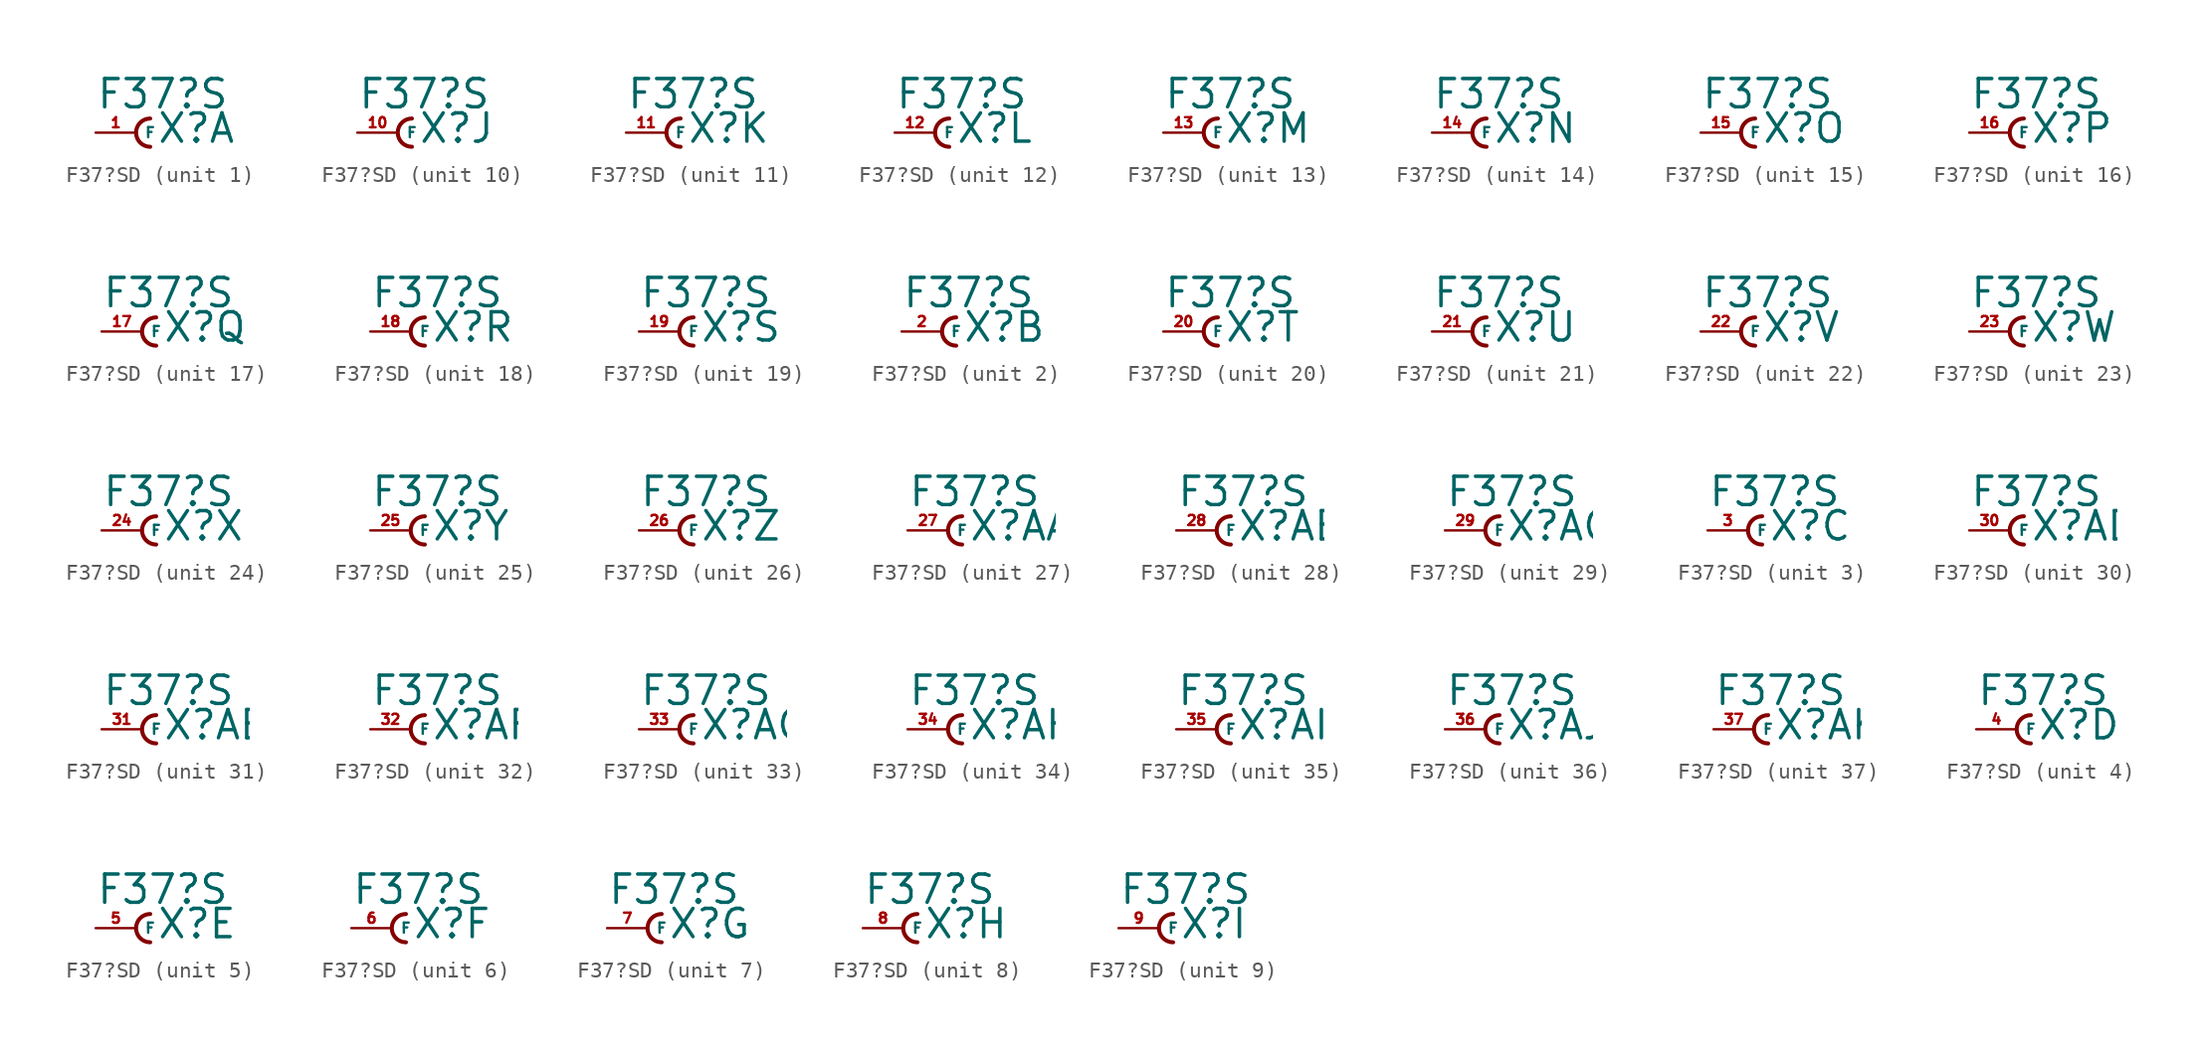
<source format=kicad_sym>
(kicad_symbol_lib
  (version 20220914)
  (generator Eagle2Kicad)
  (symbol "F37?SD"
    (property "Reference" "X"
      (at 1.27 -0.762 0)
      (effects (font (size 1.778 1.778) (thickness 0.22)) (justify left bottom)))
    (property "Value" "F37?S"
      (at -2.54 1.397 0)
      (effects (font (size 1.778 1.778) (thickness 0.22)) (justify left bottom)))
    (symbol "F37?SD_1_0"
      (arc (start 0.889 0.889) (mid 0.000 0.000) (end 0.889 -0.889) (stroke (width 0.254) (type default)) (fill (type none)))
      (pin passive line (at -2.54 0 0) (length 2.54) (name "F" (effects (font (size 0.635 0.635) (thickness 0.08)) (justify left bottom))) (number "1" (effects (font (size 0.635 0.635) (thickness 0.08)) (justify left bottom)))))
    (symbol "F37?SD_2_0"
      (arc (start 0.889 0.889) (mid 0.000 0.000) (end 0.889 -0.889) (stroke (width 0.254) (type default)) (fill (type none)))
      (pin passive line (at -2.54 0 0) (length 2.54) (name "F" (effects (font (size 0.635 0.635) (thickness 0.08)) (justify left bottom))) (number "2" (effects (font (size 0.635 0.635) (thickness 0.08)) (justify left bottom)))))
    (symbol "F37?SD_3_0"
      (arc (start 0.889 0.889) (mid 0.000 0.000) (end 0.889 -0.889) (stroke (width 0.254) (type default)) (fill (type none)))
      (pin passive line (at -2.54 0 0) (length 2.54) (name "F" (effects (font (size 0.635 0.635) (thickness 0.08)) (justify left bottom))) (number "3" (effects (font (size 0.635 0.635) (thickness 0.08)) (justify left bottom)))))
    (symbol "F37?SD_4_0"
      (arc (start 0.889 0.889) (mid 0.000 0.000) (end 0.889 -0.889) (stroke (width 0.254) (type default)) (fill (type none)))
      (pin passive line (at -2.54 0 0) (length 2.54) (name "F" (effects (font (size 0.635 0.635) (thickness 0.08)) (justify left bottom))) (number "4" (effects (font (size 0.635 0.635) (thickness 0.08)) (justify left bottom)))))
    (symbol "F37?SD_5_0"
      (arc (start 0.889 0.889) (mid 0.000 0.000) (end 0.889 -0.889) (stroke (width 0.254) (type default)) (fill (type none)))
      (pin passive line (at -2.54 0 0) (length 2.54) (name "F" (effects (font (size 0.635 0.635) (thickness 0.08)) (justify left bottom))) (number "5" (effects (font (size 0.635 0.635) (thickness 0.08)) (justify left bottom)))))
    (symbol "F37?SD_6_0"
      (arc (start 0.889 0.889) (mid 0.000 0.000) (end 0.889 -0.889) (stroke (width 0.254) (type default)) (fill (type none)))
      (pin passive line (at -2.54 0 0) (length 2.54) (name "F" (effects (font (size 0.635 0.635) (thickness 0.08)) (justify left bottom))) (number "6" (effects (font (size 0.635 0.635) (thickness 0.08)) (justify left bottom)))))
    (symbol "F37?SD_7_0"
      (arc (start 0.889 0.889) (mid 0.000 0.000) (end 0.889 -0.889) (stroke (width 0.254) (type default)) (fill (type none)))
      (pin passive line (at -2.54 0 0) (length 2.54) (name "F" (effects (font (size 0.635 0.635) (thickness 0.08)) (justify left bottom))) (number "7" (effects (font (size 0.635 0.635) (thickness 0.08)) (justify left bottom)))))
    (symbol "F37?SD_8_0"
      (arc (start 0.889 0.889) (mid 0.000 0.000) (end 0.889 -0.889) (stroke (width 0.254) (type default)) (fill (type none)))
      (pin passive line (at -2.54 0 0) (length 2.54) (name "F" (effects (font (size 0.635 0.635) (thickness 0.08)) (justify left bottom))) (number "8" (effects (font (size 0.635 0.635) (thickness 0.08)) (justify left bottom)))))
    (symbol "F37?SD_9_0"
      (arc (start 0.889 0.889) (mid 0.000 0.000) (end 0.889 -0.889) (stroke (width 0.254) (type default)) (fill (type none)))
      (pin passive line (at -2.54 0 0) (length 2.54) (name "F" (effects (font (size 0.635 0.635) (thickness 0.08)) (justify left bottom))) (number "9" (effects (font (size 0.635 0.635) (thickness 0.08)) (justify left bottom)))))
    (symbol "F37?SD_10_0"
      (arc (start 0.889 0.889) (mid 0.000 0.000) (end 0.889 -0.889) (stroke (width 0.254) (type default)) (fill (type none)))
      (pin passive line (at -2.54 0 0) (length 2.54) (name "F" (effects (font (size 0.635 0.635) (thickness 0.08)) (justify left bottom))) (number "10" (effects (font (size 0.635 0.635) (thickness 0.08)) (justify left bottom)))))
    (symbol "F37?SD_11_0"
      (arc (start 0.889 0.889) (mid 0.000 0.000) (end 0.889 -0.889) (stroke (width 0.254) (type default)) (fill (type none)))
      (pin passive line (at -2.54 0 0) (length 2.54) (name "F" (effects (font (size 0.635 0.635) (thickness 0.08)) (justify left bottom))) (number "11" (effects (font (size 0.635 0.635) (thickness 0.08)) (justify left bottom)))))
    (symbol "F37?SD_12_0"
      (arc (start 0.889 0.889) (mid 0.000 0.000) (end 0.889 -0.889) (stroke (width 0.254) (type default)) (fill (type none)))
      (pin passive line (at -2.54 0 0) (length 2.54) (name "F" (effects (font (size 0.635 0.635) (thickness 0.08)) (justify left bottom))) (number "12" (effects (font (size 0.635 0.635) (thickness 0.08)) (justify left bottom)))))
    (symbol "F37?SD_13_0"
      (arc (start 0.889 0.889) (mid 0.000 0.000) (end 0.889 -0.889) (stroke (width 0.254) (type default)) (fill (type none)))
      (pin passive line (at -2.54 0 0) (length 2.54) (name "F" (effects (font (size 0.635 0.635) (thickness 0.08)) (justify left bottom))) (number "13" (effects (font (size 0.635 0.635) (thickness 0.08)) (justify left bottom)))))
    (symbol "F37?SD_14_0"
      (arc (start 0.889 0.889) (mid 0.000 0.000) (end 0.889 -0.889) (stroke (width 0.254) (type default)) (fill (type none)))
      (pin passive line (at -2.54 0 0) (length 2.54) (name "F" (effects (font (size 0.635 0.635) (thickness 0.08)) (justify left bottom))) (number "14" (effects (font (size 0.635 0.635) (thickness 0.08)) (justify left bottom)))))
    (symbol "F37?SD_15_0"
      (arc (start 0.889 0.889) (mid 0.000 0.000) (end 0.889 -0.889) (stroke (width 0.254) (type default)) (fill (type none)))
      (pin passive line (at -2.54 0 0) (length 2.54) (name "F" (effects (font (size 0.635 0.635) (thickness 0.08)) (justify left bottom))) (number "15" (effects (font (size 0.635 0.635) (thickness 0.08)) (justify left bottom)))))
    (symbol "F37?SD_16_0"
      (arc (start 0.889 0.889) (mid 0.000 0.000) (end 0.889 -0.889) (stroke (width 0.254) (type default)) (fill (type none)))
      (pin passive line (at -2.54 0 0) (length 2.54) (name "F" (effects (font (size 0.635 0.635) (thickness 0.08)) (justify left bottom))) (number "16" (effects (font (size 0.635 0.635) (thickness 0.08)) (justify left bottom)))))
    (symbol "F37?SD_17_0"
      (arc (start 0.889 0.889) (mid 0.000 0.000) (end 0.889 -0.889) (stroke (width 0.254) (type default)) (fill (type none)))
      (pin passive line (at -2.54 0 0) (length 2.54) (name "F" (effects (font (size 0.635 0.635) (thickness 0.08)) (justify left bottom))) (number "17" (effects (font (size 0.635 0.635) (thickness 0.08)) (justify left bottom)))))
    (symbol "F37?SD_18_0"
      (arc (start 0.889 0.889) (mid 0.000 0.000) (end 0.889 -0.889) (stroke (width 0.254) (type default)) (fill (type none)))
      (pin passive line (at -2.54 0 0) (length 2.54) (name "F" (effects (font (size 0.635 0.635) (thickness 0.08)) (justify left bottom))) (number "18" (effects (font (size 0.635 0.635) (thickness 0.08)) (justify left bottom)))))
    (symbol "F37?SD_19_0"
      (arc (start 0.889 0.889) (mid 0.000 0.000) (end 0.889 -0.889) (stroke (width 0.254) (type default)) (fill (type none)))
      (pin passive line (at -2.54 0 0) (length 2.54) (name "F" (effects (font (size 0.635 0.635) (thickness 0.08)) (justify left bottom))) (number "19" (effects (font (size 0.635 0.635) (thickness 0.08)) (justify left bottom)))))
    (symbol "F37?SD_20_0"
      (arc (start 0.889 0.889) (mid 0.000 0.000) (end 0.889 -0.889) (stroke (width 0.254) (type default)) (fill (type none)))
      (pin passive line (at -2.54 0 0) (length 2.54) (name "F" (effects (font (size 0.635 0.635) (thickness 0.08)) (justify left bottom))) (number "20" (effects (font (size 0.635 0.635) (thickness 0.08)) (justify left bottom)))))
    (symbol "F37?SD_21_0"
      (arc (start 0.889 0.889) (mid 0.000 0.000) (end 0.889 -0.889) (stroke (width 0.254) (type default)) (fill (type none)))
      (pin passive line (at -2.54 0 0) (length 2.54) (name "F" (effects (font (size 0.635 0.635) (thickness 0.08)) (justify left bottom))) (number "21" (effects (font (size 0.635 0.635) (thickness 0.08)) (justify left bottom)))))
    (symbol "F37?SD_22_0"
      (arc (start 0.889 0.889) (mid 0.000 0.000) (end 0.889 -0.889) (stroke (width 0.254) (type default)) (fill (type none)))
      (pin passive line (at -2.54 0 0) (length 2.54) (name "F" (effects (font (size 0.635 0.635) (thickness 0.08)) (justify left bottom))) (number "22" (effects (font (size 0.635 0.635) (thickness 0.08)) (justify left bottom)))))
    (symbol "F37?SD_23_0"
      (arc (start 0.889 0.889) (mid 0.000 0.000) (end 0.889 -0.889) (stroke (width 0.254) (type default)) (fill (type none)))
      (pin passive line (at -2.54 0 0) (length 2.54) (name "F" (effects (font (size 0.635 0.635) (thickness 0.08)) (justify left bottom))) (number "23" (effects (font (size 0.635 0.635) (thickness 0.08)) (justify left bottom)))))
    (symbol "F37?SD_24_0"
      (arc (start 0.889 0.889) (mid 0.000 0.000) (end 0.889 -0.889) (stroke (width 0.254) (type default)) (fill (type none)))
      (pin passive line (at -2.54 0 0) (length 2.54) (name "F" (effects (font (size 0.635 0.635) (thickness 0.08)) (justify left bottom))) (number "24" (effects (font (size 0.635 0.635) (thickness 0.08)) (justify left bottom)))))
    (symbol "F37?SD_25_0"
      (arc (start 0.889 0.889) (mid 0.000 0.000) (end 0.889 -0.889) (stroke (width 0.254) (type default)) (fill (type none)))
      (pin passive line (at -2.54 0 0) (length 2.54) (name "F" (effects (font (size 0.635 0.635) (thickness 0.08)) (justify left bottom))) (number "25" (effects (font (size 0.635 0.635) (thickness 0.08)) (justify left bottom)))))
    (symbol "F37?SD_26_0"
      (arc (start 0.889 0.889) (mid 0.000 0.000) (end 0.889 -0.889) (stroke (width 0.254) (type default)) (fill (type none)))
      (pin passive line (at -2.54 0 0) (length 2.54) (name "F" (effects (font (size 0.635 0.635) (thickness 0.08)) (justify left bottom))) (number "26" (effects (font (size 0.635 0.635) (thickness 0.08)) (justify left bottom)))))
    (symbol "F37?SD_27_0"
      (arc (start 0.889 0.889) (mid 0.000 0.000) (end 0.889 -0.889) (stroke (width 0.254) (type default)) (fill (type none)))
      (pin passive line (at -2.54 0 0) (length 2.54) (name "F" (effects (font (size 0.635 0.635) (thickness 0.08)) (justify left bottom))) (number "27" (effects (font (size 0.635 0.635) (thickness 0.08)) (justify left bottom)))))
    (symbol "F37?SD_28_0"
      (arc (start 0.889 0.889) (mid 0.000 0.000) (end 0.889 -0.889) (stroke (width 0.254) (type default)) (fill (type none)))
      (pin passive line (at -2.54 0 0) (length 2.54) (name "F" (effects (font (size 0.635 0.635) (thickness 0.08)) (justify left bottom))) (number "28" (effects (font (size 0.635 0.635) (thickness 0.08)) (justify left bottom)))))
    (symbol "F37?SD_29_0"
      (arc (start 0.889 0.889) (mid 0.000 0.000) (end 0.889 -0.889) (stroke (width 0.254) (type default)) (fill (type none)))
      (pin passive line (at -2.54 0 0) (length 2.54) (name "F" (effects (font (size 0.635 0.635) (thickness 0.08)) (justify left bottom))) (number "29" (effects (font (size 0.635 0.635) (thickness 0.08)) (justify left bottom)))))
    (symbol "F37?SD_30_0"
      (arc (start 0.889 0.889) (mid 0.000 0.000) (end 0.889 -0.889) (stroke (width 0.254) (type default)) (fill (type none)))
      (pin passive line (at -2.54 0 0) (length 2.54) (name "F" (effects (font (size 0.635 0.635) (thickness 0.08)) (justify left bottom))) (number "30" (effects (font (size 0.635 0.635) (thickness 0.08)) (justify left bottom)))))
    (symbol "F37?SD_31_0"
      (arc (start 0.889 0.889) (mid 0.000 0.000) (end 0.889 -0.889) (stroke (width 0.254) (type default)) (fill (type none)))
      (pin passive line (at -2.54 0 0) (length 2.54) (name "F" (effects (font (size 0.635 0.635) (thickness 0.08)) (justify left bottom))) (number "31" (effects (font (size 0.635 0.635) (thickness 0.08)) (justify left bottom)))))
    (symbol "F37?SD_32_0"
      (arc (start 0.889 0.889) (mid 0.000 0.000) (end 0.889 -0.889) (stroke (width 0.254) (type default)) (fill (type none)))
      (pin passive line (at -2.54 0 0) (length 2.54) (name "F" (effects (font (size 0.635 0.635) (thickness 0.08)) (justify left bottom))) (number "32" (effects (font (size 0.635 0.635) (thickness 0.08)) (justify left bottom)))))
    (symbol "F37?SD_33_0"
      (arc (start 0.889 0.889) (mid 0.000 0.000) (end 0.889 -0.889) (stroke (width 0.254) (type default)) (fill (type none)))
      (pin passive line (at -2.54 0 0) (length 2.54) (name "F" (effects (font (size 0.635 0.635) (thickness 0.08)) (justify left bottom))) (number "33" (effects (font (size 0.635 0.635) (thickness 0.08)) (justify left bottom)))))
    (symbol "F37?SD_34_0"
      (arc (start 0.889 0.889) (mid 0.000 0.000) (end 0.889 -0.889) (stroke (width 0.254) (type default)) (fill (type none)))
      (pin passive line (at -2.54 0 0) (length 2.54) (name "F" (effects (font (size 0.635 0.635) (thickness 0.08)) (justify left bottom))) (number "34" (effects (font (size 0.635 0.635) (thickness 0.08)) (justify left bottom)))))
    (symbol "F37?SD_35_0"
      (arc (start 0.889 0.889) (mid 0.000 0.000) (end 0.889 -0.889) (stroke (width 0.254) (type default)) (fill (type none)))
      (pin passive line (at -2.54 0 0) (length 2.54) (name "F" (effects (font (size 0.635 0.635) (thickness 0.08)) (justify left bottom))) (number "35" (effects (font (size 0.635 0.635) (thickness 0.08)) (justify left bottom)))))
    (symbol "F37?SD_36_0"
      (arc (start 0.889 0.889) (mid 0.000 0.000) (end 0.889 -0.889) (stroke (width 0.254) (type default)) (fill (type none)))
      (pin passive line (at -2.54 0 0) (length 2.54) (name "F" (effects (font (size 0.635 0.635) (thickness 0.08)) (justify left bottom))) (number "36" (effects (font (size 0.635 0.635) (thickness 0.08)) (justify left bottom)))))
    (symbol "F37?SD_37_0"
      (arc (start 0.889 0.889) (mid 0.000 0.000) (end 0.889 -0.889) (stroke (width 0.254) (type default)) (fill (type none)))
      (pin passive line (at -2.54 0 0) (length 2.54) (name "F" (effects (font (size 0.635 0.635) (thickness 0.08)) (justify left bottom))) (number "37" (effects (font (size 0.635 0.635) (thickness 0.08)) (justify left bottom)))))))
</source>
